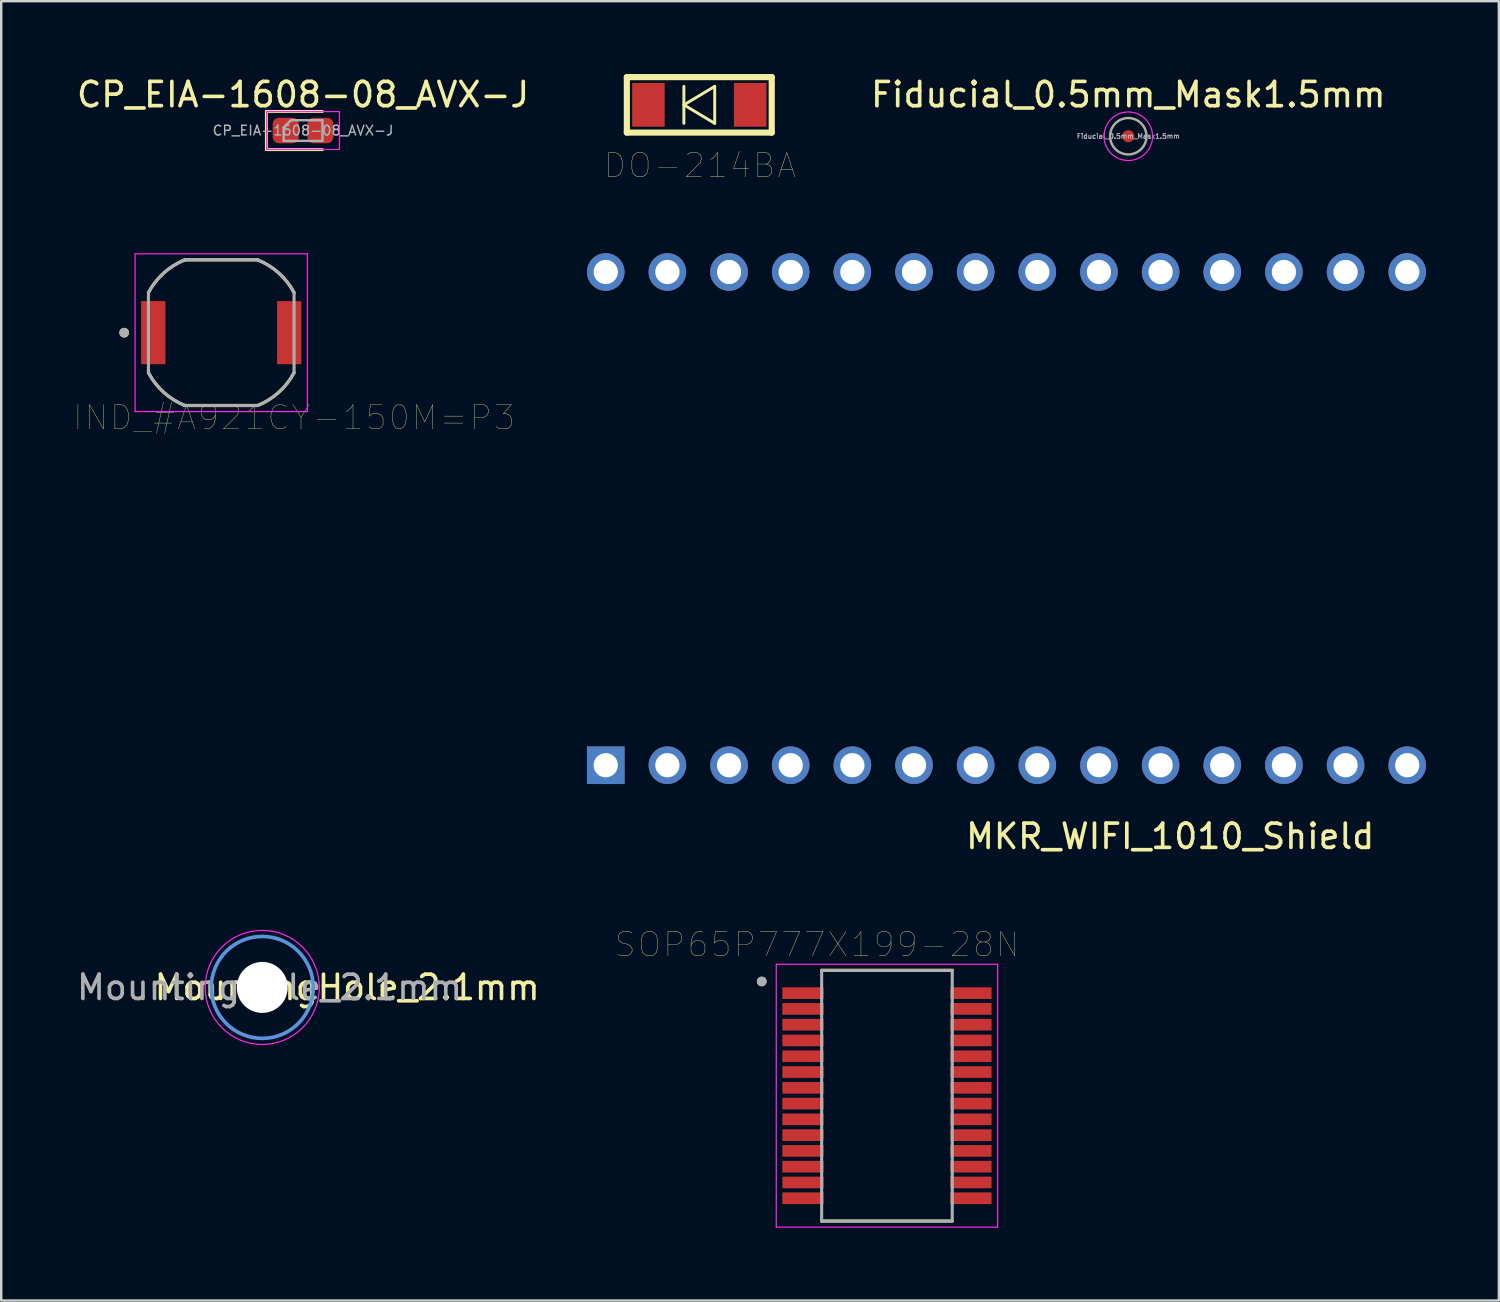
<source format=kicad_pcb>
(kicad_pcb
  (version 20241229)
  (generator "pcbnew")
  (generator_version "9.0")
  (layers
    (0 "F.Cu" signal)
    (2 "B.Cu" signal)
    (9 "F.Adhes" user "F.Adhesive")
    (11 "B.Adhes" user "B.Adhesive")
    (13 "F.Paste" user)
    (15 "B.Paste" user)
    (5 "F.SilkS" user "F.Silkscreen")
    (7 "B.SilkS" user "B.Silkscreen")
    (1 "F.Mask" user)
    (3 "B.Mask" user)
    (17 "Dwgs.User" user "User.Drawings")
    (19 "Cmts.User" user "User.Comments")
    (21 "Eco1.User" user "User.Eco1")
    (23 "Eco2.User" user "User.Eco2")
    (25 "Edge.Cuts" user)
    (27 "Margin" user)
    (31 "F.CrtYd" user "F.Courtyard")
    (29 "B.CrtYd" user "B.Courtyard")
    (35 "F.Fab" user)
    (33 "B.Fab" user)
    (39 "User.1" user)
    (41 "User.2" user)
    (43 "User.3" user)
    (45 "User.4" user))
  (footprint "MKR_WIFI_1010_Shield"
    (layer "F.Cu")
    (at 29.876 18.316)
    (property "Reference" "MKR_WIFI_1010_Shield" (at 6.78 13.09 180) (layer "F.SilkS") (effects (font (size 1 1) (thickness 0.15)) (justify left)))
    (attr through_hole)
    (pad "1" thru_hole rect (at -7.97 10.16) (size 1.55 1.55) (drill 1) (layers "*.Cu"))
    (pad "2" thru_hole circle (at -5.43 10.16) (size 1.55 1.55) (drill 1) (layers "*.Cu"))
    (pad "3" thru_hole circle (at -2.89 10.16) (size 1.55 1.55) (drill 1) (layers "*.Cu"))
    (pad "4" thru_hole circle (at -0.35 10.16) (size 1.55 1.55) (drill 1) (layers "*.Cu"))
    (pad "5" thru_hole circle (at 2.19 10.16) (size 1.55 1.55) (drill 1) (layers "*.Cu"))
    (pad "6" thru_hole circle (at 4.73 10.16) (size 1.55 1.55) (drill 1) (layers "*.Cu"))
    (pad "7" thru_hole circle (at 7.27 10.16) (size 1.55 1.55) (drill 1) (layers "*.Cu"))
    (pad "8" thru_hole circle (at 9.81 10.16) (size 1.55 1.55) (drill 1) (layers "*.Cu"))
    (pad "9" thru_hole circle (at 12.35 10.16) (size 1.55 1.55) (drill 1) (layers "*.Cu"))
    (pad "10" thru_hole circle (at 14.89 10.16) (size 1.55 1.55) (drill 1) (layers "*.Cu"))
    (pad "11" thru_hole circle (at 17.43 10.16) (size 1.55 1.55) (drill 1) (layers "*.Cu"))
    (pad "12" thru_hole circle (at 19.97 10.16) (size 1.55 1.55) (drill 1) (layers "*.Cu"))
    (pad "13" thru_hole circle (at 22.51 10.16) (size 1.55 1.55) (drill 1) (layers "*.Cu"))
    (pad "14" thru_hole circle (at 25.05 10.16) (size 1.55 1.55) (drill 1) (layers "*.Cu"))
    (pad "15" thru_hole circle (at 25.05 -10.16) (size 1.55 1.55) (drill 1) (layers "*.Cu"))
    (pad "16" thru_hole circle (at 22.51 -10.16) (size 1.55 1.55) (drill 1) (layers "*.Cu"))
    (pad "17" thru_hole circle (at 19.97 -10.16) (size 1.55 1.55) (drill 1) (layers "*.Cu"))
    (pad "18" thru_hole circle (at 17.43 -10.16) (size 1.55 1.55) (drill 1) (layers "*.Cu"))
    (pad "19" thru_hole circle (at 14.89 -10.16) (size 1.55 1.55) (drill 1) (layers "*.Cu"))
    (pad "20" thru_hole circle (at 12.35 -10.16) (size 1.55 1.55) (drill 1) (layers "*.Cu"))
    (pad "21" thru_hole circle (at 9.81 -10.16) (size 1.55 1.55) (drill 1) (layers "*.Cu"))
    (pad "22" thru_hole circle (at 7.27 -10.16) (size 1.55 1.55) (drill 1) (layers "*.Cu"))
    (pad "23" thru_hole circle (at 4.73 -10.16) (size 1.55 1.55) (drill 1) (layers "*.Cu"))
    (pad "24" thru_hole circle (at 2.19 -10.16) (size 1.55 1.55) (drill 1) (layers "*.Cu"))
    (pad "25" thru_hole circle (at -0.35 -10.16) (size 1.55 1.55) (drill 1) (layers "*.Cu"))
    (pad "26" thru_hole circle (at -2.89 -10.16) (size 1.55 1.55) (drill 1) (layers "*.Cu"))
    (pad "27" thru_hole circle (at -5.43 -10.16) (size 1.55 1.55) (drill 1) (layers "*.Cu"))
    (pad "28" thru_hole circle (at -7.97 -10.16) (size 1.55 1.55) (drill 1) (layers "*.Cu")))
  (footprint "SOP65P777X199-28N"
    (layer "F.Cu")
    (at 33.491 42.091)
    (property "Reference" "SOP65P777X199-28N" (at -2.88 -6.225 0) (layer "F.SilkS") (effects (font (size 1 1) (thickness 0.015))))
    (attr through_hole)
    (fp_line (start -2.69 -5.165) (end 2.69 -5.165) (stroke (width 0.127) (type solid)) (layer "F.SilkS"))
    (fp_line (start -2.69 5.165) (end 2.69 5.165) (stroke (width 0.127) (type solid)) (layer "F.SilkS"))
    (fp_circle (center -5.16 -4.705) (end -5.06 -4.705) (stroke (width 0.2) (type solid)) (fill no) (layer "F.SilkS"))
    (fp_line (start -4.56 -5.415) (end -4.56 5.415) (stroke (width 0.05) (type solid)) (layer "F.CrtYd"))
    (fp_line (start -4.56 -5.415) (end 4.56 -5.415) (stroke (width 0.05) (type solid)) (layer "F.CrtYd"))
    (fp_line (start -4.56 5.415) (end 4.56 5.415) (stroke (width 0.05) (type solid)) (layer "F.CrtYd"))
    (fp_line (start 4.56 -5.415) (end 4.56 5.415) (stroke (width 0.05) (type solid)) (layer "F.CrtYd"))
    (fp_line (start -2.69 -5.165) (end -2.69 5.165) (stroke (width 0.127) (type solid)) (layer "F.Fab"))
    (fp_line (start -2.69 -5.165) (end 2.69 -5.165) (stroke (width 0.127) (type solid)) (layer "F.Fab"))
    (fp_line (start -2.69 5.165) (end 2.69 5.165) (stroke (width 0.127) (type solid)) (layer "F.Fab"))
    (fp_line (start 2.69 -5.165) (end 2.69 5.165) (stroke (width 0.127) (type solid)) (layer "F.Fab"))
    (fp_circle (center -5.16 -4.705) (end -5.06 -4.705) (stroke (width 0.2) (type solid)) (fill no) (layer "F.Fab"))
    (pad "1" smd rect (at -3.46 -4.225) (size 1.7 0.48) (layers "F.Cu" "F.Mask" "F.Paste"))
    (pad "2" smd rect (at -3.46 -3.575) (size 1.7 0.48) (layers "F.Cu" "F.Mask" "F.Paste"))
    (pad "3" smd rect (at -3.46 -2.925) (size 1.7 0.48) (layers "F.Cu" "F.Mask" "F.Paste"))
    (pad "4" smd rect (at -3.46 -2.275) (size 1.7 0.48) (layers "F.Cu" "F.Mask" "F.Paste"))
    (pad "5" smd rect (at -3.46 -1.625) (size 1.7 0.48) (layers "F.Cu" "F.Mask" "F.Paste"))
    (pad "6" smd rect (at -3.46 -0.975) (size 1.7 0.48) (layers "F.Cu" "F.Mask" "F.Paste"))
    (pad "7" smd rect (at -3.46 -0.325) (size 1.7 0.48) (layers "F.Cu" "F.Mask" "F.Paste"))
    (pad "8" smd rect (at -3.46 0.325) (size 1.7 0.48) (layers "F.Cu" "F.Mask" "F.Paste"))
    (pad "9" smd rect (at -3.46 0.975) (size 1.7 0.48) (layers "F.Cu" "F.Mask" "F.Paste"))
    (pad "10" smd rect (at -3.46 1.625) (size 1.7 0.48) (layers "F.Cu" "F.Mask" "F.Paste"))
    (pad "11" smd rect (at -3.46 2.275) (size 1.7 0.48) (layers "F.Cu" "F.Mask" "F.Paste"))
    (pad "12" smd rect (at -3.46 2.925) (size 1.7 0.48) (layers "F.Cu" "F.Mask" "F.Paste"))
    (pad "13" smd rect (at -3.46 3.575) (size 1.7 0.48) (layers "F.Cu" "F.Mask" "F.Paste"))
    (pad "14" smd rect (at -3.46 4.225) (size 1.7 0.48) (layers "F.Cu" "F.Mask" "F.Paste"))
    (pad "15" smd rect (at 3.46 4.225) (size 1.7 0.48) (layers "F.Cu" "F.Mask" "F.Paste"))
    (pad "16" smd rect (at 3.46 3.575) (size 1.7 0.48) (layers "F.Cu" "F.Mask" "F.Paste"))
    (pad "17" smd rect (at 3.46 2.925) (size 1.7 0.48) (layers "F.Cu" "F.Mask" "F.Paste"))
    (pad "18" smd rect (at 3.46 2.275) (size 1.7 0.48) (layers "F.Cu" "F.Mask" "F.Paste"))
    (pad "19" smd rect (at 3.46 1.625) (size 1.7 0.48) (layers "F.Cu" "F.Mask" "F.Paste"))
    (pad "20" smd rect (at 3.46 0.975) (size 1.7 0.48) (layers "F.Cu" "F.Mask" "F.Paste"))
    (pad "21" smd rect (at 3.46 0.325) (size 1.7 0.48) (layers "F.Cu" "F.Mask" "F.Paste"))
    (pad "22" smd rect (at 3.46 -0.325) (size 1.7 0.48) (layers "F.Cu" "F.Mask" "F.Paste"))
    (pad "23" smd rect (at 3.46 -0.975) (size 1.7 0.48) (layers "F.Cu" "F.Mask" "F.Paste"))
    (pad "24" smd rect (at 3.46 -1.625) (size 1.7 0.48) (layers "F.Cu" "F.Mask" "F.Paste"))
    (pad "25" smd rect (at 3.46 -2.275) (size 1.7 0.48) (layers "F.Cu" "F.Mask" "F.Paste"))
    (pad "26" smd rect (at 3.46 -2.925) (size 1.7 0.48) (layers "F.Cu" "F.Mask" "F.Paste"))
    (pad "27" smd rect (at 3.46 -3.575) (size 1.7 0.48) (layers "F.Cu" "F.Mask" "F.Paste"))
    (pad "28" smd rect (at 3.46 -4.225) (size 1.7 0.48) (layers "F.Cu" "F.Mask" "F.Paste")))
  (footprint "MountingHole_2.1mm"
    (layer "F.Cu")
    (at 7.754 37.63)
    (property "Reference" "MountingHole_2.1mm" (at 3.5 0 0) (layer "F.SilkS") (effects (font (size 1 1) (thickness 0.15))))
    (attr exclude_from_pos_files exclude_from_bom)
    (fp_circle (center 0 0) (end 2.1 0) (stroke (width 0.15) (type solid)) (fill no) (layer "Cmts.User"))
    (fp_circle (center 0 0) (end 2.35 0) (stroke (width 0.05) (type solid)) (fill no) (layer "F.CrtYd"))
    (fp_text user "${REFERENCE}" (at 0.3 0 0) (layer "F.Fab") (effects (font (size 1 1) (thickness 0.15))))
    (pad "" np_thru_hole circle (at 0 0) (size 2.1 2.1) (drill 2.1) (layers "*.Cu" "*.Mask")))
  (footprint "IND_#A921CY-150M=P3"
    (layer "F.Cu")
    (at 6.065 10.656)
    (property "Reference" "IND_#A921CY-150M=P3" (at 3 3.5 0) (layer "F.SilkS") (effects (font (size 1 1) (thickness 0.015))))
    (attr through_hole)
    (fp_line (start -1.5 -3) (end 1.5 -3) (stroke (width 0.127) (type solid)) (layer "F.SilkS"))
    (fp_line (start 1.5 3) (end -1.5 3) (stroke (width 0.127) (type solid)) (layer "F.SilkS"))
    (fp_arc (start -3 -1.65) (mid -2.369338 -2.457598) (end -1.5 -3) (stroke (width 0.127) (type solid)) (layer "F.SilkS"))
    (fp_arc (start -1.5 3) (mid -2.369338 2.457598) (end -3 1.65) (stroke (width 0.127) (type solid)) (layer "F.SilkS"))
    (fp_arc (start 1.5 -3) (mid 2.369338 -2.457598) (end 3 -1.65) (stroke (width 0.127) (type solid)) (layer "F.SilkS"))
    (fp_arc (start 3 1.65) (mid 2.369338 2.457598) (end 1.5 3) (stroke (width 0.127) (type solid)) (layer "F.SilkS"))
    (fp_circle (center -4 0) (end -3.9 0) (stroke (width 0.2) (type solid)) (fill no) (layer "F.SilkS"))
    (fp_line (start -3.55 -3.25) (end 3.55 -3.25) (stroke (width 0.05) (type solid)) (layer "F.CrtYd"))
    (fp_line (start -3.55 3.25) (end -3.55 -3.25) (stroke (width 0.05) (type solid)) (layer "F.CrtYd"))
    (fp_line (start 3.55 -3.25) (end 3.55 3.25) (stroke (width 0.05) (type solid)) (layer "F.CrtYd"))
    (fp_line (start 3.55 3.25) (end -3.55 3.25) (stroke (width 0.05) (type solid)) (layer "F.CrtYd"))
    (fp_line (start -3 1.65) (end -3 -1.65) (stroke (width 0.127) (type solid)) (layer "F.Fab"))
    (fp_line (start -1.5 -3) (end 1.5 -3) (stroke (width 0.127) (type solid)) (layer "F.Fab"))
    (fp_line (start 1.5 3) (end -1.5 3) (stroke (width 0.127) (type solid)) (layer "F.Fab"))
    (fp_line (start 3 -1.65) (end 3 1.65) (stroke (width 0.127) (type solid)) (layer "F.Fab"))
    (fp_arc (start -3 -1.65) (mid -2.369338 -2.457598) (end -1.5 -3) (stroke (width 0.127) (type solid)) (layer "F.Fab"))
    (fp_arc (start -1.5 3) (mid -2.369338 2.457598) (end -3 1.65) (stroke (width 0.127) (type solid)) (layer "F.Fab"))
    (fp_arc (start 1.5 -3) (mid 2.369338 -2.457598) (end 3 -1.65) (stroke (width 0.127) (type solid)) (layer "F.Fab"))
    (fp_arc (start 3 1.65) (mid 2.369338 2.457598) (end 1.5 3) (stroke (width 0.127) (type solid)) (layer "F.Fab"))
    (fp_circle (center -4 0) (end -3.9 0) (stroke (width 0.2) (type solid)) (fill no) (layer "F.Fab"))
    (pad "1" smd rect (at -2.8 0) (size 1 2.6) (layers "F.Cu" "F.Mask" "F.Paste"))
    (pad "2" smd rect (at 2.8 0) (size 1 2.6) (layers "F.Cu" "F.Mask" "F.Paste")))
  (footprint "DO-214BA"
    (layer "F.Cu")
    (at 25.76 1.27)
    (property "Reference" "DO-214BA" (at 0.032 2.5 0) (layer "F.SilkS") (effects (font (size 1 1) (thickness 0.015))))
    (attr through_hole)
    (fp_line (start -2.985 -1.143) (end 2.985 -1.143) (stroke (width 0.254) (type solid)) (layer "F.SilkS"))
    (fp_line (start -2.985 1.143) (end -2.985 -1.143) (stroke (width 0.254) (type solid)) (layer "F.SilkS"))
    (fp_line (start -0.635 0) (end 0.635 0.762) (stroke (width 0.12) (type solid)) (layer "F.SilkS"))
    (fp_line (start -0.635 0.762) (end -0.635 -0.762) (stroke (width 0.12) (type solid)) (layer "F.SilkS"))
    (fp_line (start 0.635 -0.762) (end -0.635 0) (stroke (width 0.12) (type solid)) (layer "F.SilkS"))
    (fp_line (start 0.635 0.762) (end 0.635 -0.762) (stroke (width 0.12) (type solid)) (layer "F.SilkS"))
    (fp_line (start 2.985 -1.143) (end 2.985 1.143) (stroke (width 0.254) (type solid)) (layer "F.SilkS"))
    (fp_line (start 2.985 1.143) (end -2.985 1.143) (stroke (width 0.254) (type solid)) (layer "F.SilkS"))
    (pad "1" smd rect (at -2.095 0 90) (size 1.8 1.34) (layers "F.Cu" "F.Mask" "F.Paste"))
    (pad "2" smd rect (at 2.095 0 90) (size 1.8 1.34) (layers "F.Cu" "F.Mask" "F.Paste")))
  (footprint "CP_EIA-1608-08_AVX-J"
    (layer "F.Cu")
    (at 9.435 2.328)
    (property "Reference" "CP_EIA-1608-08_AVX-J" (at 0 -1.48 0) (layer "F.SilkS") (effects (font (size 1 1) (thickness 0.15))))
    (attr smd)
    (fp_line (start -1.51 -0.785) (end -1.51 0.785) (stroke (width 0.12) (type solid)) (layer "F.SilkS"))
    (fp_line (start -1.51 0.785) (end 0.8 0.785) (stroke (width 0.12) (type solid)) (layer "F.SilkS"))
    (fp_line (start 0.8 -0.785) (end -1.51 -0.785) (stroke (width 0.12) (type solid)) (layer "F.SilkS"))
    (fp_line (start -1.5 -0.78) (end 1.5 -0.78) (stroke (width 0.05) (type solid)) (layer "F.CrtYd"))
    (fp_line (start -1.5 0.78) (end -1.5 -0.78) (stroke (width 0.05) (type solid)) (layer "F.CrtYd"))
    (fp_line (start 1.5 -0.78) (end 1.5 0.78) (stroke (width 0.05) (type solid)) (layer "F.CrtYd"))
    (fp_line (start 1.5 0.78) (end -1.5 0.78) (stroke (width 0.05) (type solid)) (layer "F.CrtYd"))
    (fp_line (start -0.8 -0.125) (end -0.8 0.425) (stroke (width 0.1) (type solid)) (layer "F.Fab"))
    (fp_line (start -0.8 0.425) (end 0.8 0.425) (stroke (width 0.1) (type solid)) (layer "F.Fab"))
    (fp_line (start -0.5 -0.425) (end -0.8 -0.125) (stroke (width 0.1) (type solid)) (layer "F.Fab"))
    (fp_line (start 0.8 -0.425) (end -0.5 -0.425) (stroke (width 0.1) (type solid)) (layer "F.Fab"))
    (fp_line (start 0.8 0.425) (end 0.8 -0.425) (stroke (width 0.1) (type solid)) (layer "F.Fab"))
    (fp_text user "${REFERENCE}" (at 0 0 0) (layer "F.Fab") (effects (font (size 0.4 0.4) (thickness 0.06))))
    (pad "1" smd roundrect (at -0.713 0) (size 1.075 1.05) (layers "F.Cu" "F.Mask" "F.Paste") (roundrect_rratio 0.238))
    (pad "2" smd roundrect (at 0.713 0) (size 1.075 1.05) (layers "F.Cu" "F.Mask" "F.Paste") (roundrect_rratio 0.238)))
  (footprint "Fiducial_0.5mm_Mask1.5mm"
    (layer "F.Cu")
    (at 43.434 2.563)
    (property "Reference" "Fiducial_0.5mm_Mask1.5mm" (at 0 -1.714 0) (layer "F.SilkS") (effects (font (size 1 1) (thickness 0.15))))
    (attr smd)
    (fp_circle (center 0 0) (end 1 0) (stroke (width 0.05) (type solid)) (fill no) (layer "F.CrtYd"))
    (fp_circle (center 0 0) (end 0.75 0) (stroke (width 0.1) (type solid)) (fill no) (layer "F.Fab"))
    (fp_text user "${REFERENCE}" (at 0 0 0) (layer "F.Fab") (effects (font (size 0.2 0.2) (thickness 0.04))))
    (pad "" smd circle (at 0 0) (size 0.5 0.5) (layers "F.Cu" "F.Mask")))
  (gr_rect
    (start -3 -3)
    (end 58.701 50.531)
    (stroke (width 0.1) (type default))
    (fill no)
    (layer "Edge.Cuts")))
</source>
